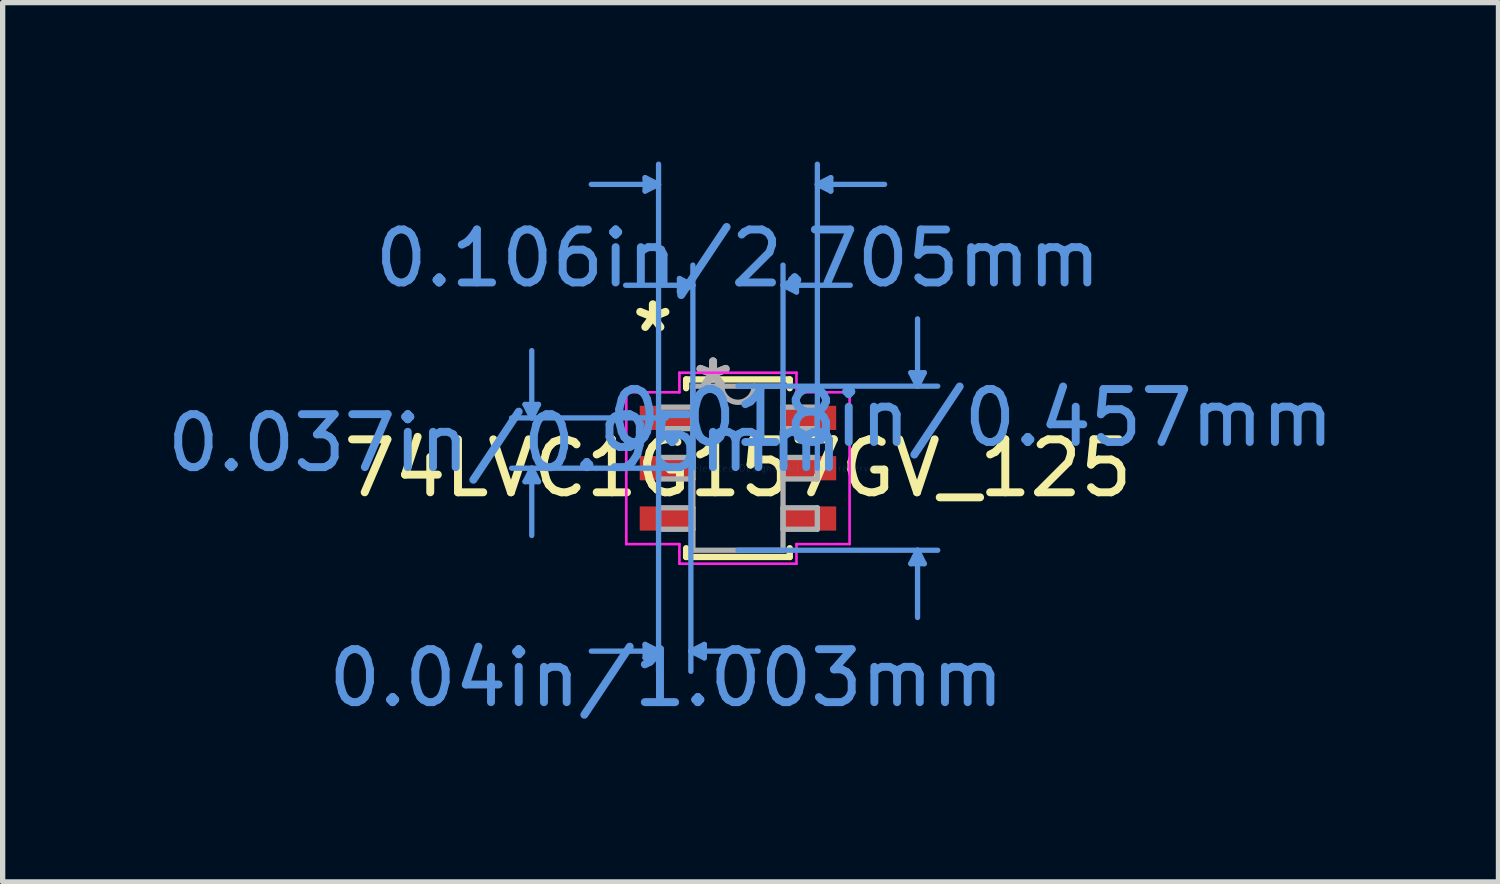
<source format=kicad_pcb>
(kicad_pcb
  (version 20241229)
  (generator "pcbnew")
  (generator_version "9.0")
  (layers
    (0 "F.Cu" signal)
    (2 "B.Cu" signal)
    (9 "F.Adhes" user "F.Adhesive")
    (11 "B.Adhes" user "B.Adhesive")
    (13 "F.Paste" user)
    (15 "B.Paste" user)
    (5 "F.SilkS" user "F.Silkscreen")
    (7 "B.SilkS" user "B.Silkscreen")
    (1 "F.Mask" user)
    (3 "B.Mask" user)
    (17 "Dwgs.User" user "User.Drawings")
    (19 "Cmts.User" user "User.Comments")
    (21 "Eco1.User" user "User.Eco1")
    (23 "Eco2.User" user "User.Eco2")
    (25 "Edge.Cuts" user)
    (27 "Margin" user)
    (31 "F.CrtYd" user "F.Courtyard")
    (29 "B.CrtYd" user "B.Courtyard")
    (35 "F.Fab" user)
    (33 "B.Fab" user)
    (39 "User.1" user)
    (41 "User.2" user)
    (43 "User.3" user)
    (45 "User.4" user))
  (footprint "74LVC1G157GV_125"
    (layer "F.Cu")
    (at 10.883 5.79)
    (property "Reference" "74LVC1G157GV_125" (at 0 0 0) (layer "F.SilkS") (effects (font (size 1 1) (thickness 0.15))))
    (attr smd)
    (fp_line (start -0.978 -1.676) (end -0.978 -1.511) (stroke (width 0.12) (type solid)) (layer "F.SilkS"))
    (fp_line (start -0.978 1.511) (end -0.978 1.676) (stroke (width 0.12) (type solid)) (layer "F.SilkS"))
    (fp_line (start -0.978 1.676) (end 0.978 1.676) (stroke (width 0.12) (type solid)) (layer "F.SilkS"))
    (fp_line (start 0.978 -1.676) (end -0.978 -1.676) (stroke (width 0.12) (type solid)) (layer "F.SilkS"))
    (fp_line (start 0.978 -1.511) (end 0.978 -1.676) (stroke (width 0.12) (type solid)) (layer "F.SilkS"))
    (fp_line (start 0.978 1.676) (end 0.978 1.511) (stroke (width 0.12) (type solid)) (layer "F.SilkS"))
    (fp_line (start -4.02 -1.204) (end -3.766 -1.204) (stroke (width 0.1) (type solid)) (layer "Cmts.User"))
    (fp_line (start -4.02 0.254) (end -3.766 0.254) (stroke (width 0.1) (type solid)) (layer "Cmts.User"))
    (fp_line (start -3.893 -0.95) (end -4.02 -1.204) (stroke (width 0.1) (type solid)) (layer "Cmts.User"))
    (fp_line (start -3.893 -0.95) (end -3.893 -2.22) (stroke (width 0.1) (type solid)) (layer "Cmts.User"))
    (fp_line (start -3.893 -0.95) (end -3.766 -1.204) (stroke (width 0.1) (type solid)) (layer "Cmts.User"))
    (fp_line (start -3.893 0) (end -4.02 0.254) (stroke (width 0.1) (type solid)) (layer "Cmts.User"))
    (fp_line (start -3.893 0) (end -3.893 1.27) (stroke (width 0.1) (type solid)) (layer "Cmts.User"))
    (fp_line (start -3.893 0) (end -3.766 0.254) (stroke (width 0.1) (type solid)) (layer "Cmts.User"))
    (fp_line (start -1.753 -5.486) (end -1.753 -5.232) (stroke (width 0.1) (type solid)) (layer "Cmts.User"))
    (fp_line (start -1.753 3.327) (end -1.753 3.581) (stroke (width 0.1) (type solid)) (layer "Cmts.User"))
    (fp_line (start -1.499 -5.359) (end -2.769 -5.359) (stroke (width 0.1) (type solid)) (layer "Cmts.User"))
    (fp_line (start -1.499 -5.359) (end -1.753 -5.486) (stroke (width 0.1) (type solid)) (layer "Cmts.User"))
    (fp_line (start -1.499 -5.359) (end -1.753 -5.232) (stroke (width 0.1) (type solid)) (layer "Cmts.User"))
    (fp_line (start -1.499 0) (end -1.499 -5.74) (stroke (width 0.1) (type solid)) (layer "Cmts.User"))
    (fp_line (start -1.499 0) (end -1.499 3.835) (stroke (width 0.1) (type solid)) (layer "Cmts.User"))
    (fp_line (start -1.499 3.454) (end -2.769 3.454) (stroke (width 0.1) (type solid)) (layer "Cmts.User"))
    (fp_line (start -1.499 3.454) (end -1.753 3.327) (stroke (width 0.1) (type solid)) (layer "Cmts.User"))
    (fp_line (start -1.499 3.454) (end -1.753 3.581) (stroke (width 0.1) (type solid)) (layer "Cmts.User"))
    (fp_line (start -1.353 -0.95) (end -4.274 -0.95) (stroke (width 0.1) (type solid)) (layer "Cmts.User"))
    (fp_line (start -1.353 0) (end -4.274 0) (stroke (width 0.1) (type solid)) (layer "Cmts.User"))
    (fp_line (start -1.105 -3.581) (end -1.105 -3.327) (stroke (width 0.1) (type solid)) (layer "Cmts.User"))
    (fp_line (start -0.889 0) (end -0.889 3.835) (stroke (width 0.1) (type solid)) (layer "Cmts.User"))
    (fp_line (start -0.889 3.454) (end -0.635 3.327) (stroke (width 0.1) (type solid)) (layer "Cmts.User"))
    (fp_line (start -0.889 3.454) (end -0.635 3.581) (stroke (width 0.1) (type solid)) (layer "Cmts.User"))
    (fp_line (start -0.889 3.454) (end 0.381 3.454) (stroke (width 0.1) (type solid)) (layer "Cmts.User"))
    (fp_line (start -0.851 -3.454) (end -2.121 -3.454) (stroke (width 0.1) (type solid)) (layer "Cmts.User"))
    (fp_line (start -0.851 -3.454) (end -1.105 -3.581) (stroke (width 0.1) (type solid)) (layer "Cmts.User"))
    (fp_line (start -0.851 -3.454) (end -1.105 -3.327) (stroke (width 0.1) (type solid)) (layer "Cmts.User"))
    (fp_line (start -0.851 0) (end -0.851 -3.835) (stroke (width 0.1) (type solid)) (layer "Cmts.User"))
    (fp_line (start -0.635 3.327) (end -0.635 3.581) (stroke (width 0.1) (type solid)) (layer "Cmts.User"))
    (fp_line (start 0 -1.549) (end 3.772 -1.549) (stroke (width 0.1) (type solid)) (layer "Cmts.User"))
    (fp_line (start 0 1.549) (end 3.772 1.549) (stroke (width 0.1) (type solid)) (layer "Cmts.User"))
    (fp_line (start 0.851 -3.454) (end 1.105 -3.581) (stroke (width 0.1) (type solid)) (layer "Cmts.User"))
    (fp_line (start 0.851 -3.454) (end 1.105 -3.327) (stroke (width 0.1) (type solid)) (layer "Cmts.User"))
    (fp_line (start 0.851 -3.454) (end 2.121 -3.454) (stroke (width 0.1) (type solid)) (layer "Cmts.User"))
    (fp_line (start 0.851 0) (end 0.851 -3.835) (stroke (width 0.1) (type solid)) (layer "Cmts.User"))
    (fp_line (start 1.105 -3.581) (end 1.105 -3.327) (stroke (width 0.1) (type solid)) (layer "Cmts.User"))
    (fp_line (start 1.499 -5.359) (end 1.753 -5.486) (stroke (width 0.1) (type solid)) (layer "Cmts.User"))
    (fp_line (start 1.499 -5.359) (end 1.753 -5.232) (stroke (width 0.1) (type solid)) (layer "Cmts.User"))
    (fp_line (start 1.499 -5.359) (end 2.769 -5.359) (stroke (width 0.1) (type solid)) (layer "Cmts.User"))
    (fp_line (start 1.499 0) (end 1.499 -5.74) (stroke (width 0.1) (type solid)) (layer "Cmts.User"))
    (fp_line (start 1.753 -5.486) (end 1.753 -5.232) (stroke (width 0.1) (type solid)) (layer "Cmts.User"))
    (fp_line (start 3.264 -1.803) (end 3.518 -1.803) (stroke (width 0.1) (type solid)) (layer "Cmts.User"))
    (fp_line (start 3.264 1.803) (end 3.518 1.803) (stroke (width 0.1) (type solid)) (layer "Cmts.User"))
    (fp_line (start 3.391 -1.549) (end 3.264 -1.803) (stroke (width 0.1) (type solid)) (layer "Cmts.User"))
    (fp_line (start 3.391 -1.549) (end 3.391 -2.819) (stroke (width 0.1) (type solid)) (layer "Cmts.User"))
    (fp_line (start 3.391 -1.549) (end 3.518 -1.803) (stroke (width 0.1) (type solid)) (layer "Cmts.User"))
    (fp_line (start 3.391 1.549) (end 3.264 1.803) (stroke (width 0.1) (type solid)) (layer "Cmts.User"))
    (fp_line (start 3.391 1.549) (end 3.391 2.819) (stroke (width 0.1) (type solid)) (layer "Cmts.User"))
    (fp_line (start 3.391 1.549) (end 3.518 1.803) (stroke (width 0.1) (type solid)) (layer "Cmts.User"))
    (fp_line (start -2.108 -1.433) (end -1.105 -1.433) (stroke (width 0.05) (type solid)) (layer "F.CrtYd"))
    (fp_line (start -2.108 1.433) (end -2.108 -1.433) (stroke (width 0.05) (type solid)) (layer "F.CrtYd"))
    (fp_line (start -2.108 1.433) (end -1.105 1.433) (stroke (width 0.05) (type solid)) (layer "F.CrtYd"))
    (fp_line (start -1.105 -1.803) (end 1.105 -1.803) (stroke (width 0.05) (type solid)) (layer "F.CrtYd"))
    (fp_line (start -1.105 -1.433) (end -1.105 -1.803) (stroke (width 0.05) (type solid)) (layer "F.CrtYd"))
    (fp_line (start -1.105 1.803) (end -1.105 1.433) (stroke (width 0.05) (type solid)) (layer "F.CrtYd"))
    (fp_line (start 1.105 -1.803) (end 1.105 -1.433) (stroke (width 0.05) (type solid)) (layer "F.CrtYd"))
    (fp_line (start 1.105 1.433) (end 1.105 1.803) (stroke (width 0.05) (type solid)) (layer "F.CrtYd"))
    (fp_line (start 1.105 1.803) (end -1.105 1.803) (stroke (width 0.05) (type solid)) (layer "F.CrtYd"))
    (fp_line (start 2.108 -1.433) (end 1.105 -1.433) (stroke (width 0.05) (type solid)) (layer "F.CrtYd"))
    (fp_line (start 2.108 -1.433) (end 2.108 1.433) (stroke (width 0.05) (type solid)) (layer "F.CrtYd"))
    (fp_line (start 2.108 1.433) (end 1.105 1.433) (stroke (width 0.05) (type solid)) (layer "F.CrtYd"))
    (fp_line (start -1.499 -1.153) (end -1.499 -0.747) (stroke (width 0.1) (type solid)) (layer "F.Fab"))
    (fp_line (start -1.499 -0.747) (end -0.851 -0.747) (stroke (width 0.1) (type solid)) (layer "F.Fab"))
    (fp_line (start -1.499 -0.203) (end -1.499 0.203) (stroke (width 0.1) (type solid)) (layer "F.Fab"))
    (fp_line (start -1.499 0.203) (end -0.851 0.203) (stroke (width 0.1) (type solid)) (layer "F.Fab"))
    (fp_line (start -1.499 0.747) (end -1.499 1.153) (stroke (width 0.1) (type solid)) (layer "F.Fab"))
    (fp_line (start -1.499 1.153) (end -0.851 1.153) (stroke (width 0.1) (type solid)) (layer "F.Fab"))
    (fp_line (start -0.851 -1.549) (end -0.851 1.549) (stroke (width 0.1) (type solid)) (layer "F.Fab"))
    (fp_line (start -0.851 -1.153) (end -1.499 -1.153) (stroke (width 0.1) (type solid)) (layer "F.Fab"))
    (fp_line (start -0.851 -0.747) (end -0.851 -1.153) (stroke (width 0.1) (type solid)) (layer "F.Fab"))
    (fp_line (start -0.851 -0.203) (end -1.499 -0.203) (stroke (width 0.1) (type solid)) (layer "F.Fab"))
    (fp_line (start -0.851 0.203) (end -0.851 -0.203) (stroke (width 0.1) (type solid)) (layer "F.Fab"))
    (fp_line (start -0.851 0.747) (end -1.499 0.747) (stroke (width 0.1) (type solid)) (layer "F.Fab"))
    (fp_line (start -0.851 1.153) (end -0.851 0.747) (stroke (width 0.1) (type solid)) (layer "F.Fab"))
    (fp_line (start -0.851 1.549) (end 0.851 1.549) (stroke (width 0.1) (type solid)) (layer "F.Fab"))
    (fp_line (start 0.851 -1.549) (end -0.851 -1.549) (stroke (width 0.1) (type solid)) (layer "F.Fab"))
    (fp_line (start 0.851 -1.153) (end 0.851 -0.747) (stroke (width 0.1) (type solid)) (layer "F.Fab"))
    (fp_line (start 0.851 -0.747) (end 1.499 -0.747) (stroke (width 0.1) (type solid)) (layer "F.Fab"))
    (fp_line (start 0.851 -0.203) (end 0.851 0.203) (stroke (width 0.1) (type solid)) (layer "F.Fab"))
    (fp_line (start 0.851 0.203) (end 1.499 0.203) (stroke (width 0.1) (type solid)) (layer "F.Fab"))
    (fp_line (start 0.851 0.747) (end 0.851 1.153) (stroke (width 0.1) (type solid)) (layer "F.Fab"))
    (fp_line (start 0.851 1.153) (end 1.499 1.153) (stroke (width 0.1) (type solid)) (layer "F.Fab"))
    (fp_line (start 0.851 1.549) (end 0.851 -1.549) (stroke (width 0.1) (type solid)) (layer "F.Fab"))
    (fp_line (start 1.499 -1.153) (end 0.851 -1.153) (stroke (width 0.1) (type solid)) (layer "F.Fab"))
    (fp_line (start 1.499 -0.747) (end 1.499 -1.153) (stroke (width 0.1) (type solid)) (layer "F.Fab"))
    (fp_line (start 1.499 -0.203) (end 0.851 -0.203) (stroke (width 0.1) (type solid)) (layer "F.Fab"))
    (fp_line (start 1.499 0.203) (end 1.499 -0.203) (stroke (width 0.1) (type solid)) (layer "F.Fab"))
    (fp_line (start 1.499 0.747) (end 0.851 0.747) (stroke (width 0.1) (type solid)) (layer "F.Fab"))
    (fp_line (start 1.499 1.153) (end 1.499 0.747) (stroke (width 0.1) (type solid)) (layer "F.Fab"))
    (fp_arc (start 0.3048 -1.5494) (mid 0 -1.2446) (end -0.3048 -1.5494) (stroke (width 0.1) (type solid)) (layer "F.Fab"))
    (fp_text user "*" (at -1.607 -2.55 0) (layer "F.SilkS") (effects (font (size 1 1) (thickness 0.15))))
    (fp_text user "0.037in/0.95mm" (at -4.401 -0.475 0) (layer "Cmts.User") (effects (font (size 1 1) (thickness 0.15))))
    (fp_text user "0.018in/0.457mm" (at 4.401 -0.95 0) (layer "Cmts.User") (effects (font (size 1 1) (thickness 0.15))))
    (fp_text user "Copyright 2021 Accelerated Designs. All rights reserved." (at 0 0 0) (layer "Cmts.User") (effects (font (size 0.127 0.127) (thickness 0.002))))
    (fp_text user "0.04in/1.003mm" (at -1.353 3.962 0) (layer "Cmts.User") (effects (font (size 1 1) (thickness 0.15))))
    (fp_text user "0.106in/2.705mm" (at 0 -3.962 0) (layer "Cmts.User") (effects (font (size 1 1) (thickness 0.15))))
    (fp_text user "*" (at -0.47 -1.473 0) (layer "F.Fab") (effects (font (size 1 1) (thickness 0.15))))
    (fp_text user "*" (at -0.47 -1.473 0) (layer "F.Fab") (effects (font (size 1 1) (thickness 0.15))))
    (pad "1" smd rect (at -1.353 -0.95) (size 1.003 0.457) (layers "F.Cu" "F.Mask" "F.Paste"))
    (pad "2" smd rect (at -1.353 0) (size 1.003 0.457) (layers "F.Cu" "F.Mask" "F.Paste"))
    (pad "3" smd rect (at -1.353 0.95) (size 1.003 0.457) (layers "F.Cu" "F.Mask" "F.Paste"))
    (pad "4" smd rect (at 1.353 0.95) (size 1.003 0.457) (layers "F.Cu" "F.Mask" "F.Paste"))
    (pad "5" smd rect (at 1.353 0) (size 1.003 0.457) (layers "F.Cu" "F.Mask" "F.Paste"))
    (pad "6" smd rect (at 1.353 -0.95) (size 1.003 0.457) (layers "F.Cu" "F.Mask" "F.Paste")))
  (gr_rect
    (start -3 -3)
    (end 25.242 13.601)
    (stroke (width 0.1) (type default))
    (fill no)
    (layer "Edge.Cuts")))
</source>
